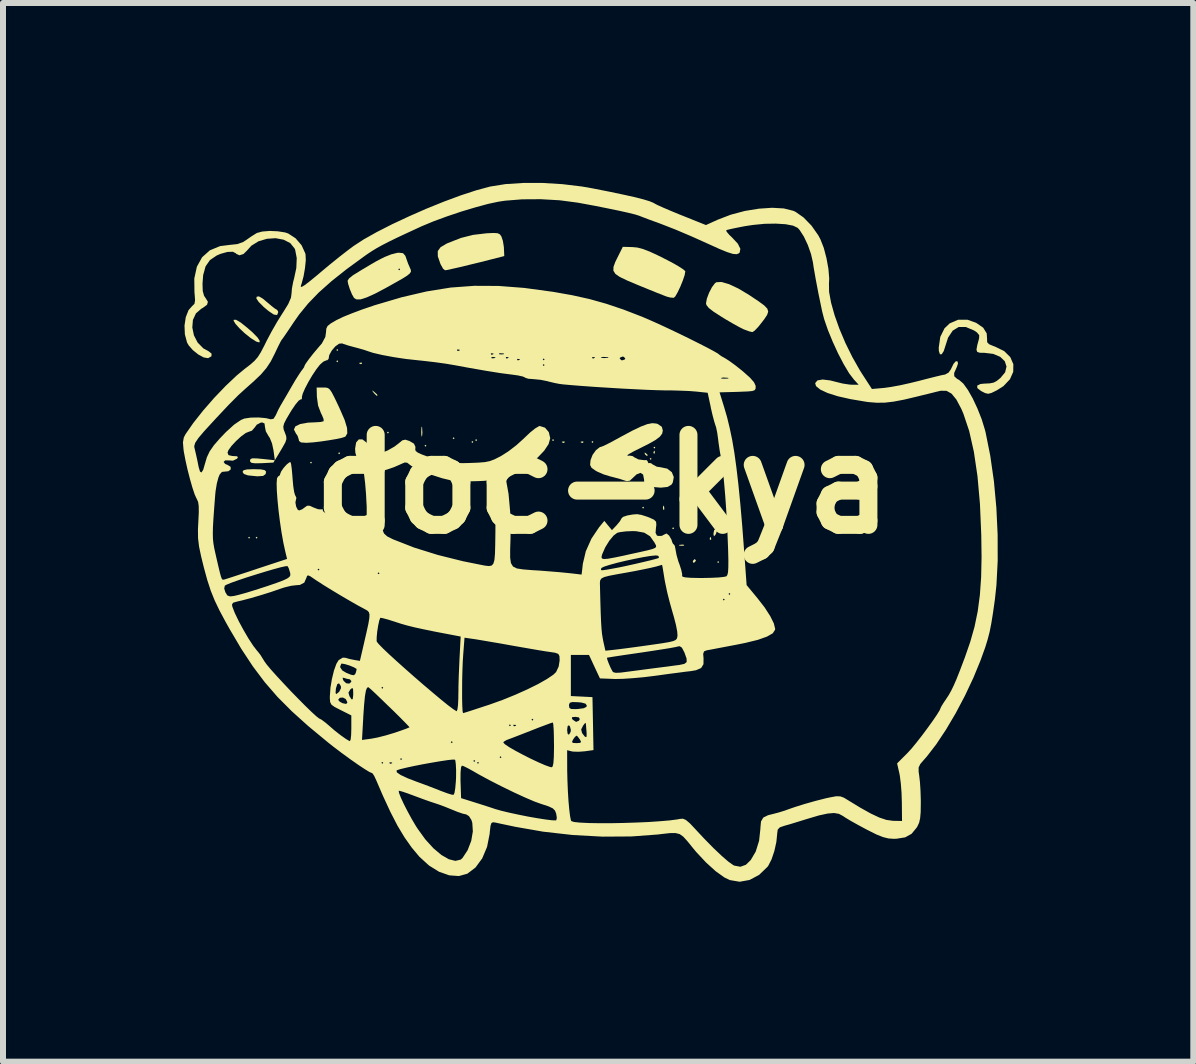
<source format=kicad_pcb>
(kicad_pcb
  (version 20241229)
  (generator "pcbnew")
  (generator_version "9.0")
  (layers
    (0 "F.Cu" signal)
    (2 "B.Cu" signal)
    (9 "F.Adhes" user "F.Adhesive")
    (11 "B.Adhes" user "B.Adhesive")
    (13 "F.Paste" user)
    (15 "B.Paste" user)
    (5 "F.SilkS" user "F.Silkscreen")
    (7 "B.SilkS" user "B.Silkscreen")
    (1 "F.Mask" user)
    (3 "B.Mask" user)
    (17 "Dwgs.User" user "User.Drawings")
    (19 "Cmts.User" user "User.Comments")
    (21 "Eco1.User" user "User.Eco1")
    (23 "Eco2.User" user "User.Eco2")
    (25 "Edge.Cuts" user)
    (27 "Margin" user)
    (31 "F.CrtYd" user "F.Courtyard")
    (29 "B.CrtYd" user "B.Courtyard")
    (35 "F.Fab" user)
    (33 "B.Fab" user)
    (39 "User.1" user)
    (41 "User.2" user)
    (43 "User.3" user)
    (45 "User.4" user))
  (footprint "doc-kya"
    (layer "F.Cu")
    (at 6.999 5.022)
    (property "Reference" "doc-kya" (at 0 0 0) (layer "F.SilkS") (effects (font (size 1.5 1.5) (thickness 0.3))))
    (attr board_only exclude_from_pos_files exclude_from_bom)
    (fp_poly (pts (xy -5.881 0.892) (xy -5.896 0.907) (xy -5.912 0.892) (xy -5.896 0.876)) (stroke (width 0) (type solid)) (fill yes) (layer "F.SilkS"))
    (fp_poly (pts (xy -5.756 0.892) (xy -5.771 0.907) (xy -5.787 0.892) (xy -5.771 0.876)) (stroke (width 0) (type solid)) (fill yes) (layer "F.SilkS"))
    (fp_poly (pts (xy -4.849 -0.36) (xy -4.864 -0.344) (xy -4.88 -0.36) (xy -4.864 -0.375)) (stroke (width 0) (type solid)) (fill yes) (layer "F.SilkS"))
    (fp_poly (pts (xy -4.411 -2.237) (xy -4.426 -2.221) (xy -4.442 -2.237) (xy -4.426 -2.252)) (stroke (width 0) (type solid)) (fill yes) (layer "F.SilkS"))
    (fp_poly (pts (xy -4.411 -2.049) (xy -4.426 -2.033) (xy -4.442 -2.049) (xy -4.426 -2.065)) (stroke (width 0) (type solid)) (fill yes) (layer "F.SilkS"))
    (fp_poly (pts (xy -4.379 -0.516) (xy -4.395 -0.5) (xy -4.411 -0.516) (xy -4.395 -0.532)) (stroke (width 0) (type solid)) (fill yes) (layer "F.SilkS"))
    (fp_poly (pts (xy -3.816 -0.798) (xy -3.832 -0.782) (xy -3.848 -0.798) (xy -3.832 -0.813)) (stroke (width 0) (type solid)) (fill yes) (layer "F.SilkS"))
    (fp_poly (pts (xy -3.566 -0.86) (xy -3.582 -0.845) (xy -3.597 -0.86) (xy -3.582 -0.876)) (stroke (width 0) (type solid)) (fill yes) (layer "F.SilkS"))
    (fp_poly (pts (xy -2.94 -0.641) (xy -2.956 -0.626) (xy -2.972 -0.641) (xy -2.956 -0.657)) (stroke (width 0) (type solid)) (fill yes) (layer "F.SilkS"))
    (fp_poly (pts (xy -2.471 -0.766) (xy -2.487 -0.751) (xy -2.502 -0.766) (xy -2.487 -0.782)) (stroke (width 0) (type solid)) (fill yes) (layer "F.SilkS"))
    (fp_poly (pts (xy -2.158 -0.704) (xy -2.174 -0.688) (xy -2.19 -0.704) (xy -2.174 -0.719)) (stroke (width 0) (type solid)) (fill yes) (layer "F.SilkS"))
    (fp_poly (pts (xy -2.096 -0.735) (xy -2.111 -0.719) (xy -2.127 -0.735) (xy -2.111 -0.751)) (stroke (width 0) (type solid)) (fill yes) (layer "F.SilkS"))
    (fp_poly (pts (xy -0.813 -0.735) (xy -0.829 -0.719) (xy -0.845 -0.735) (xy -0.829 -0.751)) (stroke (width 0) (type solid)) (fill yes) (layer "F.SilkS"))
    (fp_poly (pts (xy -0.156 -0.704) (xy -0.172 -0.688) (xy -0.188 -0.704) (xy -0.172 -0.719)) (stroke (width 0) (type solid)) (fill yes) (layer "F.SilkS"))
    (fp_poly (pts (xy 0.626 0.235) (xy 0.61 0.25) (xy 0.594 0.235) (xy 0.61 0.219)) (stroke (width 0) (type solid)) (fill yes) (layer "F.SilkS"))
    (fp_poly (pts (xy 0.688 0.391) (xy 0.673 0.407) (xy 0.657 0.391) (xy 0.673 0.375)) (stroke (width 0) (type solid)) (fill yes) (layer "F.SilkS"))
    (fp_poly (pts (xy 0.719 0.078) (xy 0.704 0.094) (xy 0.688 0.078) (xy 0.704 0.063)) (stroke (width 0) (type solid)) (fill yes) (layer "F.SilkS"))
    (fp_poly (pts (xy 0.813 -0.422) (xy 0.798 -0.407) (xy 0.782 -0.422) (xy 0.798 -0.438)) (stroke (width 0) (type solid)) (fill yes) (layer "F.SilkS"))
    (fp_poly (pts (xy 0.876 -0.61) (xy 0.86 -0.594) (xy 0.845 -0.61) (xy 0.86 -0.626)) (stroke (width 0) (type solid)) (fill yes) (layer "F.SilkS"))
    (fp_poly (pts (xy 1.189 0.735) (xy 1.173 0.751) (xy 1.157 0.735) (xy 1.173 0.719)) (stroke (width 0) (type solid)) (fill yes) (layer "F.SilkS"))
    (fp_poly (pts (xy 1.345 0.485) (xy 1.329 0.5) (xy 1.314 0.485) (xy 1.329 0.469)) (stroke (width 0) (type solid)) (fill yes) (layer "F.SilkS"))
    (fp_poly (pts (xy 1.939 1.298) (xy 1.924 1.314) (xy 1.908 1.298) (xy 1.924 1.283)) (stroke (width 0) (type solid)) (fill yes) (layer "F.SilkS"))
    (fp_poly (pts (xy -4.014 -2.023) (xy -4.019 -2.004) (xy -4.035 -2.002) (xy -4.061 -2.013) (xy -4.056 -2.023) (xy -4.019 -2.027)) (stroke (width 0) (type solid)) (fill yes) (layer "F.SilkS"))
    (fp_poly (pts (xy -0.636 -0.709) (xy -0.64 -0.69) (xy -0.657 -0.688) (xy -0.683 -0.7) (xy -0.678 -0.709) (xy -0.641 -0.713)) (stroke (width 0) (type solid)) (fill yes) (layer "F.SilkS"))
    (fp_poly (pts (xy -0.323 -0.709) (xy -0.328 -0.69) (xy -0.344 -0.688) (xy -0.37 -0.7) (xy -0.365 -0.709) (xy -0.328 -0.713)) (stroke (width 0) (type solid)) (fill yes) (layer "F.SilkS"))
    (fp_poly (pts (xy 0.74 0.136) (xy 0.744 0.173) (xy 0.74 0.177) (xy 0.722 0.173) (xy 0.719 0.156) (xy 0.731 0.131)) (stroke (width 0) (type solid)) (fill yes) (layer "F.SilkS"))
    (fp_poly (pts (xy 0.865 -0.553) (xy 0.869 -0.516) (xy 0.865 -0.511) (xy 0.847 -0.515) (xy 0.845 -0.532) (xy 0.856 -0.558)) (stroke (width 0) (type solid)) (fill yes) (layer "F.SilkS"))
    (fp_poly (pts (xy 1.022 0.37) (xy 1.026 0.418) (xy 1.02 0.429) (xy 1.006 0.42) (xy 1.003 0.388) (xy 1.011 0.355)) (stroke (width 0) (type solid)) (fill yes) (layer "F.SilkS"))
    (fp_poly (pts (xy 1.353 1.012) (xy 1.357 1.023) (xy 1.314 1.027) (xy 1.269 1.022) (xy 1.275 1.012) (xy 1.339 1.007)) (stroke (width 0) (type solid)) (fill yes) (layer "F.SilkS"))
    (fp_poly (pts (xy 1.804 0.886) (xy 1.808 0.923) (xy 1.804 0.928) (xy 1.785 0.924) (xy 1.783 0.907) (xy 1.794 0.881)) (stroke (width 0) (type solid)) (fill yes) (layer "F.SilkS"))
    (fp_poly (pts (xy 0.715 -0.519) (xy 0.748 -0.488) (xy 0.741 -0.47) (xy 0.737 -0.469) (xy 0.71 -0.491) (xy 0.701 -0.505) (xy 0.697 -0.527)) (stroke (width 0) (type solid)) (fill yes) (layer "F.SilkS"))
    (fp_poly (pts (xy -3.831 -1.554) (xy -3.808 -1.537) (xy -3.765 -1.498) (xy -3.754 -1.482) (xy -3.769 -1.473) (xy -3.81 -1.513) (xy -3.82 -1.525) (xy -3.847 -1.562)) (stroke (width 0) (type solid)) (fill yes) (layer "F.SilkS"))
    (fp_poly (pts (xy -3.012 -0.946) (xy -3.007 -0.855) (xy -3.012 -0.805) (xy -3.02 -0.791) (xy -3.025 -0.83) (xy -3.026 -0.876) (xy -3.023 -0.944) (xy -3.017 -0.962)) (stroke (width 0) (type solid)) (fill yes) (layer "F.SilkS"))
    (fp_poly (pts (xy 0.687 0.149) (xy 0.688 0.156) (xy 0.664 0.187) (xy 0.657 0.188) (xy 0.627 0.164) (xy 0.626 0.156) (xy 0.649 0.126) (xy 0.657 0.125)) (stroke (width 0) (type solid)) (fill yes) (layer "F.SilkS"))
    (fp_poly (pts (xy 1.553 1.27) (xy 1.548 1.283) (xy 1.52 1.312) (xy 1.515 1.314) (xy 1.502 1.29) (xy 1.501 1.283) (xy 1.526 1.252) (xy 1.535 1.251)) (stroke (width 0) (type solid)) (fill yes) (layer "F.SilkS"))
    (fp_poly (pts (xy 1.906 0.77) (xy 1.887 0.827) (xy 1.877 0.845) (xy 1.854 0.869) (xy 1.846 0.838) (xy 1.846 0.821) (xy 1.857 0.766) (xy 1.877 0.751)) (stroke (width 0) (type solid)) (fill yes) (layer "F.SilkS"))
    (fp_poly (pts (xy -5.771 -0.43) (xy -5.674 -0.421) (xy -5.467 -0.399) (xy -5.491 -0.36) (xy -5.686 -0.35) (xy -5.794 -0.348) (xy -5.854 -0.355) (xy -5.878 -0.375) (xy -5.881 -0.392) (xy -5.873 -0.419) (xy -5.841 -0.431)) (stroke (width 0) (type solid)) (fill yes) (layer "F.SilkS"))
    (fp_poly (pts (xy -5.704 -0.247) (xy -5.638 -0.235) (xy -5.613 -0.21) (xy -5.62 -0.169) (xy -5.662 -0.138) (xy -5.758 -0.131) (xy -5.909 -0.146) (xy -5.92 -0.148) (xy -5.983 -0.171) (xy -6.006 -0.205) (xy -5.989 -0.232) (xy -5.931 -0.246) (xy -5.823 -0.25)) (stroke (width 0) (type solid)) (fill yes) (layer "F.SilkS"))
    (fp_poly (pts (xy -6.039 -2.697) (xy -5.926 -2.607) (xy -5.836 -2.528) (xy -5.754 -2.444) (xy -5.718 -2.387) (xy -5.726 -2.363) (xy -5.778 -2.378) (xy -5.869 -2.436) (xy -5.969 -2.516) (xy -6.056 -2.598) (xy -6.122 -2.671) (xy -6.154 -2.723) (xy -6.153 -2.741) (xy -6.114 -2.741)) (stroke (width 0) (type solid)) (fill yes) (layer "F.SilkS"))
    (fp_poly (pts (xy -5.667 -3.093) (xy -5.598 -3.035) (xy -5.52 -2.969) (xy -5.46 -2.923) (xy -5.435 -2.91) (xy -5.414 -2.884) (xy -5.412 -2.862) (xy -5.43 -2.82) (xy -5.484 -2.828) (xy -5.571 -2.886) (xy -5.651 -2.953) (xy -5.737 -3.039) (xy -5.775 -3.096) (xy -5.77 -3.125) (xy -5.733 -3.131)) (stroke (width 0) (type solid)) (fill yes) (layer "F.SilkS"))
    (fp_poly (pts (xy -1.753 -4.184) (xy -1.715 -4.165) (xy -1.69 -4.13) (xy -1.665 -4.055) (xy -1.649 -3.955) (xy -1.648 -3.933) (xy -1.642 -3.803) (xy -1.846 -3.751) (xy -2.038 -3.702) (xy -2.22 -3.658) (xy -2.38 -3.619) (xy -2.509 -3.59) (xy -2.597 -3.571) (xy -2.63 -3.566) (xy -2.662 -3.592) (xy -2.699 -3.657) (xy -2.707 -3.674) (xy -2.75 -3.798) (xy -2.751 -3.886) (xy -2.704 -3.951) (xy -2.606 -4.009) (xy -2.58 -4.021) (xy -2.365 -4.105) (xy -2.164 -4.156) (xy -1.944 -4.182) (xy -1.934 -4.183) (xy -1.821 -4.188)) (stroke (width 0) (type solid)) (fill yes) (layer "F.SilkS"))
    (fp_poly (pts (xy 0.493 -3.953) (xy 0.577 -3.945) (xy 0.668 -3.921) (xy 0.781 -3.878) (xy 0.928 -3.81) (xy 1.014 -3.767) (xy 1.15 -3.697) (xy 1.262 -3.633) (xy 1.341 -3.582) (xy 1.376 -3.551) (xy 1.376 -3.548) (xy 1.365 -3.485) (xy 1.334 -3.394) (xy 1.293 -3.293) (xy 1.249 -3.2) (xy 1.21 -3.132) (xy 1.184 -3.107) (xy 1.123 -3.112) (xy 1.064 -3.128) (xy 1.007 -3.15) (xy 0.905 -3.19) (xy 0.772 -3.244) (xy 0.62 -3.306) (xy 0.579 -3.323) (xy 0.406 -3.396) (xy 0.285 -3.454) (xy 0.211 -3.505) (xy 0.177 -3.559) (xy 0.179 -3.624) (xy 0.21 -3.708) (xy 0.259 -3.807) (xy 0.334 -3.957)) (stroke (width 0) (type solid)) (fill yes) (layer "F.SilkS"))
    (fp_poly (pts (xy 2.104 -3.335) (xy 2.26 -3.262) (xy 2.441 -3.154) (xy 2.458 -3.142) (xy 2.599 -3.048) (xy 2.693 -2.979) (xy 2.744 -2.925) (xy 2.758 -2.876) (xy 2.74 -2.822) (xy 2.693 -2.751) (xy 2.66 -2.708) (xy 2.591 -2.621) (xy 2.531 -2.559) (xy 2.494 -2.535) (xy 2.494 -2.535) (xy 2.441 -2.548) (xy 2.362 -2.577) (xy 2.349 -2.582) (xy 2.275 -2.619) (xy 2.167 -2.679) (xy 2.042 -2.752) (xy 1.982 -2.789) (xy 1.851 -2.873) (xy 1.769 -2.936) (xy 1.729 -2.985) (xy 1.721 -3.015) (xy 1.736 -3.095) (xy 1.773 -3.193) (xy 1.821 -3.285) (xy 1.87 -3.35) (xy 1.894 -3.367) (xy 1.98 -3.371)) (stroke (width 0) (type solid)) (fill yes) (layer "F.SilkS"))
    (fp_poly (pts (xy -4.618 -1.611) (xy -4.583 -1.603) (xy -4.552 -1.58) (xy -4.519 -1.532) (xy -4.476 -1.45) (xy -4.416 -1.325) (xy -4.381 -1.249) (xy -4.303 -1.07) (xy -4.263 -0.937) (xy -4.259 -0.847) (xy -4.29 -0.794) (xy -4.293 -0.792) (xy -4.345 -0.774) (xy -4.441 -0.753) (xy -4.565 -0.732) (xy -4.7 -0.712) (xy -4.829 -0.697) (xy -4.933 -0.69) (xy -4.95 -0.69) (xy -5.031 -0.696) (xy -5.064 -0.721) (xy -5.067 -0.74) (xy -5.087 -0.805) (xy -5.115 -0.845) (xy -5.149 -0.911) (xy -5.125 -0.964) (xy -5.045 -1.003) (xy -4.914 -1.026) (xy -4.783 -1.032) (xy -4.704 -1.037) (xy -4.656 -1.049) (xy -4.653 -1.051) (xy -4.655 -1.087) (xy -4.683 -1.155) (xy -4.698 -1.184) (xy -4.746 -1.31) (xy -4.766 -1.455) (xy -4.77 -1.611) (xy -4.664 -1.611)) (stroke (width 0) (type solid)) (fill yes) (layer "F.SilkS"))
    (fp_poly (pts (xy -3.33 -3.851) (xy -3.291 -3.807) (xy -3.278 -3.769) (xy -3.245 -3.676) (xy -3.214 -3.605) (xy -3.2 -3.572) (xy -3.198 -3.543) (xy -3.216 -3.514) (xy -3.261 -3.477) (xy -3.34 -3.427) (xy -3.46 -3.359) (xy -3.612 -3.274) (xy -3.797 -3.176) (xy -3.937 -3.113) (xy -4.038 -3.081) (xy -4.107 -3.08) (xy -4.147 -3.105) (xy -4.181 -3.165) (xy -4.218 -3.254) (xy -4.246 -3.343) (xy -4.254 -3.392) (xy -4.23 -3.43) (xy -4.17 -3.479) (xy -4.155 -3.489) (xy -4.004 -3.582) (xy -3.41 -3.582) (xy -3.394 -3.566) (xy -3.378 -3.582) (xy -3.394 -3.597) (xy -3.41 -3.582) (xy -4.004 -3.582) (xy -3.993 -3.588) (xy -3.871 -3.661) (xy -3.778 -3.715) (xy -3.7 -3.756) (xy -3.631 -3.79) (xy -3.528 -3.831) (xy -3.43 -3.856) (xy -3.4 -3.859)) (stroke (width 0) (type solid)) (fill yes) (layer "F.SilkS"))
    (fp_poly (pts (xy 6.08 -2.742) (xy 6.225 -2.69) (xy 6.342 -2.609) (xy 6.401 -2.514) (xy 6.407 -2.419) (xy 6.408 -2.368) (xy 6.439 -2.334) (xy 6.512 -2.303) (xy 6.538 -2.294) (xy 6.692 -2.219) (xy 6.794 -2.118) (xy 6.845 -2) (xy 6.843 -1.873) (xy 6.788 -1.749) (xy 6.679 -1.634) (xy 6.566 -1.563) (xy 6.48 -1.521) (xy 6.424 -1.507) (xy 6.372 -1.52) (xy 6.309 -1.552) (xy 6.245 -1.601) (xy 6.242 -1.643) (xy 6.295 -1.67) (xy 6.353 -1.676) (xy 6.454 -1.681) (xy 6.518 -1.694) (xy 6.572 -1.724) (xy 6.629 -1.77) (xy 6.708 -1.865) (xy 6.731 -1.961) (xy 6.702 -2.05) (xy 6.626 -2.123) (xy 6.51 -2.172) (xy 6.363 -2.19) (xy 6.286 -2.191) (xy 6.243 -2.205) (xy 6.23 -2.242) (xy 6.243 -2.316) (xy 6.274 -2.431) (xy 6.276 -2.484) (xy 6.237 -2.531) (xy 6.189 -2.563) (xy 6.052 -2.621) (xy 5.933 -2.62) (xy 5.834 -2.56) (xy 5.757 -2.444) (xy 5.717 -2.32) (xy 5.684 -2.218) (xy 5.65 -2.166) (xy 5.621 -2.166) (xy 5.603 -2.221) (xy 5.601 -2.276) (xy 5.627 -2.456) (xy 5.697 -2.598) (xy 5.784 -2.681) (xy 5.926 -2.742)) (stroke (width 0) (type solid)) (fill yes) (layer "F.SilkS"))
    (fp_poly (pts (xy 0.892 -1.011) (xy 0.918 -1.003) (xy 0.985 -0.956) (xy 1.001 -0.894) (xy 0.99 -0.842) (xy 0.952 -0.792) (xy 0.878 -0.736) (xy 0.761 -0.67) (xy 0.618 -0.598) (xy 0.517 -0.548) (xy 0.442 -0.506) (xy 0.407 -0.482) (xy 0.407 -0.48) (xy 0.43 -0.473) (xy 0.445 -0.477) (xy 0.498 -0.468) (xy 0.526 -0.448) (xy 0.597 -0.412) (xy 0.694 -0.4) (xy 0.727 -0.403) (xy 0.749 -0.382) (xy 0.751 -0.37) (xy 0.763 -0.348) (xy 0.77 -0.353) (xy 0.804 -0.35) (xy 0.835 -0.327) (xy 0.9 -0.292) (xy 0.965 -0.282) (xy 1.075 -0.259) (xy 1.151 -0.2) (xy 1.184 -0.118) (xy 1.167 -0.027) (xy 1.145 0.008) (xy 1.081 0.046) (xy 0.967 0.058) (xy 0.799 0.044) (xy 0.774 0.04) (xy 0.715 0.022) (xy 0.692 -0.02) (xy 0.688 -0.08) (xy 0.672 -0.161) (xy 0.628 -0.189) (xy 0.563 -0.163) (xy 0.507 -0.11) (xy 0.451 -0.058) (xy 0.398 -0.051) (xy 0.356 -0.064) (xy 0.273 -0.091) (xy 0.166 -0.119) (xy 0.13 -0.128) (xy 0.015 -0.163) (xy -0.095 -0.211) (xy -0.119 -0.225) (xy -0.187 -0.273) (xy -0.211 -0.32) (xy -0.205 -0.391) (xy -0.204 -0.4) (xy -0.17 -0.489) (xy -0.113 -0.568) (xy -0.048 -0.618) (xy -0.021 -0.625) (xy 0.015 -0.639) (xy 0.094 -0.678) (xy 0.203 -0.736) (xy 0.307 -0.793) (xy 0.492 -0.892) (xy 0.634 -0.96) (xy 0.742 -1.001) (xy 0.824 -1.017)) (stroke (width 0) (type solid)) (fill yes) (layer "F.SilkS"))
    (fp_poly (pts (xy -1.005 -5.022) (xy -0.674 -5.002) (xy -0.349 -4.963) (xy -0.172 -4.932) (xy 0.121 -4.874) (xy 0.358 -4.824) (xy 0.543 -4.783) (xy 0.682 -4.747) (xy 0.78 -4.717) (xy 0.841 -4.692) (xy 0.853 -4.685) (xy 0.907 -4.656) (xy 1.007 -4.611) (xy 1.138 -4.555) (xy 1.288 -4.493) (xy 1.321 -4.48) (xy 1.72 -4.32) (xy 1.916 -4.409) (xy 2.135 -4.493) (xy 2.368 -4.555) (xy 2.602 -4.593) (xy 2.823 -4.608) (xy 3.018 -4.597) (xy 3.175 -4.558) (xy 3.211 -4.542) (xy 3.347 -4.447) (xy 3.48 -4.31) (xy 3.593 -4.149) (xy 3.629 -4.081) (xy 3.685 -3.938) (xy 3.73 -3.766) (xy 3.762 -3.589) (xy 3.775 -3.43) (xy 3.771 -3.344) (xy 3.773 -3.206) (xy 3.806 -3.026) (xy 3.865 -2.816) (xy 3.946 -2.588) (xy 4.046 -2.352) (xy 4.161 -2.119) (xy 4.285 -1.9) (xy 4.317 -1.849) (xy 4.487 -1.587) (xy 4.691 -1.605) (xy 4.805 -1.621) (xy 4.958 -1.649) (xy 5.128 -1.687) (xy 5.271 -1.722) (xy 5.421 -1.761) (xy 5.553 -1.794) (xy 5.653 -1.818) (xy 5.707 -1.828) (xy 5.707 -1.828) (xy 5.765 -1.86) (xy 5.801 -1.911) (xy 5.848 -2.007) (xy 5.885 -2.049) (xy 5.914 -2.048) (xy 5.922 -2.01) (xy 5.898 -1.942) (xy 5.896 -1.939) (xy 5.858 -1.853) (xy 5.86 -1.799) (xy 5.906 -1.757) (xy 5.943 -1.736) (xy 6.011 -1.677) (xy 6.088 -1.57) (xy 6.169 -1.427) (xy 6.247 -1.26) (xy 6.317 -1.083) (xy 6.371 -0.907) (xy 6.382 -0.865) (xy 6.46 -0.475) (xy 6.521 -0.049) (xy 6.562 0.396) (xy 6.583 0.844) (xy 6.584 1.279) (xy 6.563 1.682) (xy 6.537 1.924) (xy 6.506 2.143) (xy 6.478 2.317) (xy 6.45 2.46) (xy 6.416 2.591) (xy 6.375 2.724) (xy 6.32 2.876) (xy 6.297 2.94) (xy 6.178 3.229) (xy 6.038 3.526) (xy 5.884 3.818) (xy 5.722 4.092) (xy 5.56 4.336) (xy 5.405 4.537) (xy 5.354 4.595) (xy 5.293 4.666) (xy 5.266 4.723) (xy 5.266 4.794) (xy 5.276 4.864) (xy 5.288 4.968) (xy 5.297 5.109) (xy 5.302 5.263) (xy 5.302 5.318) (xy 5.3 5.466) (xy 5.291 5.569) (xy 5.274 5.644) (xy 5.244 5.708) (xy 5.232 5.727) (xy 5.148 5.829) (xy 5.041 5.888) (xy 4.897 5.911) (xy 4.848 5.912) (xy 4.762 5.906) (xy 4.674 5.884) (xy 4.567 5.842) (xy 4.427 5.772) (xy 4.392 5.754) (xy 4.258 5.682) (xy 4.136 5.614) (xy 4.043 5.558) (xy 4.003 5.531) (xy 3.937 5.496) (xy 3.856 5.482) (xy 3.748 5.491) (xy 3.605 5.522) (xy 3.416 5.578) (xy 3.393 5.585) (xy 3.26 5.626) (xy 3.134 5.665) (xy 3.038 5.692) (xy 3.031 5.694) (xy 2.952 5.721) (xy 2.917 5.758) (xy 2.908 5.823) (xy 2.908 5.827) (xy 2.894 5.965) (xy 2.861 6.115) (xy 2.814 6.254) (xy 2.76 6.36) (xy 2.748 6.377) (xy 2.606 6.514) (xy 2.448 6.598) (xy 2.282 6.628) (xy 2.119 6.6) (xy 2.03 6.558) (xy 1.883 6.453) (xy 1.721 6.306) (xy 1.558 6.132) (xy 1.504 6.067) (xy 1.412 5.953) (xy 1.344 5.878) (xy 1.283 5.834) (xy 1.213 5.816) (xy 1.119 5.817) (xy 0.984 5.832) (xy 0.919 5.84) (xy 0.475 5.873) (xy -0.004 5.876) (xy -0.5 5.849) (xy -0.995 5.793) (xy -1.47 5.71) (xy -1.481 5.707) (xy -1.605 5.681) (xy -1.714 5.658) (xy -1.786 5.642) (xy -1.786 5.642) (xy -1.83 5.636) (xy -1.856 5.649) (xy -1.871 5.694) (xy -1.882 5.784) (xy -1.886 5.83) (xy -1.929 6.047) (xy -2.009 6.237) (xy -2.122 6.391) (xy -2.258 6.494) (xy -2.399 6.533) (xy -2.559 6.521) (xy -2.728 6.462) (xy -2.896 6.358) (xy -3.053 6.215) (xy -3.058 6.21) (xy -3.186 6.057) (xy -3.305 5.888) (xy -3.422 5.694) (xy -3.54 5.465) (xy -3.666 5.193) (xy -3.701 5.112) (xy -3.402 5.112) (xy -3.397 5.147) (xy -3.367 5.224) (xy -3.318 5.33) (xy -3.255 5.453) (xy -3.186 5.58) (xy -3.115 5.7) (xy -3.088 5.742) (xy -2.958 5.922) (xy -2.823 6.07) (xy -2.69 6.182) (xy -2.566 6.253) (xy -2.457 6.28) (xy -2.369 6.259) (xy -2.339 6.233) (xy -2.253 6.102) (xy -2.193 5.947) (xy -2.166 5.789) (xy -2.175 5.647) (xy -2.189 5.6) (xy -2.23 5.535) (xy -2.277 5.505) (xy -2.279 5.505) (xy -2.334 5.493) (xy -2.424 5.462) (xy -2.518 5.424) (xy -2.633 5.377) (xy -2.739 5.338) (xy -2.8 5.318) (xy -2.873 5.294) (xy -2.983 5.255) (xy -3.11 5.208) (xy -3.142 5.196) (xy -3.256 5.154) (xy -3.345 5.124) (xy -3.396 5.111) (xy -3.402 5.112) (xy -3.701 5.112) (xy -3.777 4.935) (xy -3.812 4.861) (xy -3.84 4.82) (xy -3.846 4.817) (xy -3.888 4.799) (xy -3.931 4.773) (xy -3.438 4.773) (xy -3.433 4.804) (xy -3.37 4.848) (xy -3.252 4.903) (xy -3.101 4.961) (xy -2.959 5.013) (xy -2.812 5.069) (xy -2.693 5.116) (xy -2.69 5.117) (xy -2.593 5.153) (xy -2.518 5.176) (xy -2.487 5.179) (xy -2.472 5.147) (xy -2.459 5.067) (xy -2.449 4.953) (xy -2.448 4.933) (xy -2.372 4.933) (xy -2.371 4.963) (xy -2.362 5.234) (xy -2.174 5.293) (xy -2.034 5.337) (xy -1.879 5.387) (xy -1.792 5.416) (xy -1.69 5.445) (xy -1.556 5.477) (xy -1.403 5.51) (xy -1.243 5.542) (xy -1.089 5.569) (xy -0.953 5.59) (xy -0.848 5.603) (xy -0.785 5.605) (xy -0.775 5.602) (xy -0.766 5.561) (xy -0.777 5.491) (xy -0.797 5.441) (xy -0.834 5.404) (xy -0.904 5.371) (xy -1.02 5.333) (xy -1.021 5.333) (xy -1.14 5.29) (xy -1.299 5.222) (xy -1.486 5.136) (xy -1.685 5.039) (xy -1.883 4.938) (xy -2.068 4.838) (xy -2.165 4.782) (xy -2.254 4.733) (xy -2.322 4.7) (xy -2.349 4.692) (xy -2.363 4.722) (xy -2.371 4.805) (xy -2.372 4.933) (xy -2.448 4.933) (xy -2.446 4.896) (xy -2.445 4.769) (xy -2.45 4.666) (xy -2.453 4.645) (xy -2.096 4.645) (xy -2.08 4.661) (xy -2.065 4.645) (xy -2.08 4.63) (xy -2.096 4.645) (xy -2.453 4.645) (xy -2.457 4.614) (xy -2.158 4.614) (xy -2.143 4.63) (xy -2.127 4.614) (xy -2.143 4.598) (xy -2.158 4.614) (xy -2.457 4.614) (xy -2.459 4.604) (xy -2.464 4.593) (xy -2.5 4.591) (xy -2.585 4.6) (xy -2.705 4.618) (xy -2.847 4.642) (xy -2.998 4.669) (xy -3.145 4.698) (xy -3.274 4.726) (xy -3.374 4.75) (xy -3.431 4.769) (xy -3.438 4.773) (xy -3.931 4.773) (xy -3.97 4.749) (xy -4.082 4.675) (xy -4.124 4.645) (xy -3.691 4.645) (xy -3.675 4.661) (xy -3.66 4.645) (xy -3.665 4.64) (xy -3.556 4.64) (xy -3.551 4.659) (xy -3.535 4.661) (xy -3.509 4.649) (xy -3.514 4.64) (xy -3.551 4.636) (xy -3.556 4.64) (xy -3.665 4.64) (xy -3.675 4.63) (xy -3.691 4.645) (xy -4.124 4.645) (xy -4.213 4.583) (xy -4.213 4.583) (xy -3.378 4.583) (xy -3.363 4.598) (xy -3.347 4.583) (xy -3.363 4.567) (xy -3.378 4.583) (xy -4.213 4.583) (xy -4.256 4.551) (xy -1.72 4.551) (xy -1.705 4.567) (xy -1.689 4.551) (xy -1.705 4.536) (xy -1.72 4.551) (xy -4.256 4.551) (xy -4.354 4.48) (xy -4.495 4.373) (xy -4.586 4.301) (xy -2.534 4.301) (xy -2.518 4.317) (xy -2.509 4.308) (xy -1.658 4.308) (xy -1.631 4.336) (xy -1.56 4.384) (xy -1.456 4.444) (xy -1.332 4.51) (xy -1.2 4.577) (xy -1.072 4.637) (xy -0.962 4.685) (xy -0.88 4.714) (xy -0.852 4.72) (xy -0.835 4.705) (xy -0.823 4.65) (xy -0.816 4.549) (xy -0.813 4.395) (xy -0.813 4.348) (xy -0.814 4.298) (xy -0.514 4.298) (xy -0.493 4.314) (xy -0.438 4.317) (xy -0.375 4.313) (xy -0.363 4.292) (xy -0.383 4.254) (xy -0.419 4.206) (xy -0.438 4.192) (xy -0.465 4.215) (xy -0.493 4.254) (xy -0.514 4.298) (xy -0.814 4.298) (xy -0.815 4.203) (xy -0.818 4.098) (xy -0.594 4.098) (xy -0.586 4.161) (xy -0.565 4.177) (xy -0.563 4.176) (xy -0.537 4.132) (xy -0.532 4.098) (xy -0.534 4.089) (xy -0.36 4.089) (xy -0.346 4.145) (xy -0.338 4.159) (xy -0.294 4.214) (xy -0.27 4.211) (xy -0.269 4.153) (xy -0.276 4.065) (xy -0.279 4.02) (xy -0.284 3.98) (xy -0.301 3.989) (xy -0.329 4.027) (xy -0.36 4.089) (xy -0.534 4.089) (xy -0.547 4.039) (xy -0.563 4.02) (xy -0.585 4.032) (xy -0.594 4.093) (xy -0.594 4.098) (xy -0.818 4.098) (xy -0.819 4.084) (xy -0.825 4.003) (xy -0.832 3.973) (xy -0.832 3.973) (xy -0.867 3.983) (xy -0.948 4.013) (xy -1.063 4.056) (xy -1.2 4.11) (xy -1.2 4.11) (xy -1.341 4.165) (xy -1.465 4.213) (xy -1.557 4.248) (xy -1.603 4.265) (xy -1.649 4.292) (xy -1.658 4.308) (xy -2.509 4.308) (xy -2.502 4.301) (xy -2.518 4.285) (xy -2.534 4.301) (xy -4.586 4.301) (xy -4.593 4.295) (xy -4.912 4.031) (xy -5.185 3.785) (xy -5.423 3.546) (xy -5.636 3.3) (xy -5.833 3.038) (xy -6.025 2.747) (xy -6.221 2.415) (xy -6.29 2.292) (xy -6.39 2.105) (xy -6.437 2.007) (xy -6.182 2.007) (xy -6.175 2.044) (xy -6.134 2.149) (xy -6.069 2.284) (xy -5.99 2.43) (xy -5.907 2.572) (xy -5.828 2.693) (xy -5.764 2.776) (xy -5.756 2.784) (xy -5.711 2.841) (xy -5.658 2.925) (xy -5.642 2.952) (xy -5.604 3.005) (xy -5.533 3.09) (xy -5.436 3.198) (xy -5.322 3.321) (xy -5.2 3.451) (xy -5.076 3.578) (xy -4.959 3.696) (xy -4.856 3.796) (xy -4.777 3.868) (xy -4.728 3.907) (xy -4.719 3.91) (xy -4.683 3.93) (xy -4.618 3.979) (xy -4.569 4.021) (xy -4.47 4.107) (xy -4.37 4.185) (xy -4.284 4.246) (xy -4.226 4.28) (xy -4.215 4.283) (xy -4.207 4.264) (xy -4.014 4.264) (xy -3.86 4.243) (xy -3.754 4.223) (xy -3.616 4.188) (xy -3.476 4.146) (xy -3.464 4.142) (xy -3.353 4.104) (xy -3.268 4.073) (xy -3.225 4.055) (xy -3.222 4.053) (xy -3.243 4.028) (xy -3.251 4.02) (xy -1.564 4.02) (xy -1.548 4.035) (xy -1.533 4.02) (xy -1.538 4.014) (xy -1.491 4.014) (xy -1.487 4.033) (xy -1.47 4.035) (xy -1.444 4.024) (xy -1.449 4.014) (xy -1.486 4.011) (xy -1.491 4.014) (xy -1.538 4.014) (xy -1.548 4.004) (xy -1.564 4.02) (xy -3.251 4.02) (xy -3.3 3.969) (xy -3.343 3.926) (xy -1.189 3.926) (xy -1.173 3.941) (xy -1.157 3.926) (xy -1.173 3.91) (xy -1.189 3.926) (xy -3.343 3.926) (xy -3.363 3.905) (xy -0.515 3.905) (xy -0.5 3.927) (xy -0.445 3.963) (xy -0.397 3.943) (xy -0.383 3.916) (xy -0.399 3.888) (xy -0.455 3.879) (xy -0.511 3.884) (xy -0.515 3.905) (xy -3.363 3.905) (xy -3.383 3.885) (xy -3.483 3.786) (xy -3.591 3.682) (xy -3.696 3.58) (xy -3.789 3.491) (xy -3.861 3.424) (xy -3.896 3.394) (xy -3.691 3.394) (xy -3.675 3.41) (xy -3.66 3.394) (xy -3.675 3.378) (xy -3.691 3.394) (xy -3.896 3.394) (xy -3.902 3.388) (xy -3.908 3.385) (xy -3.93 3.394) (xy -3.949 3.442) (xy -3.965 3.535) (xy -3.979 3.679) (xy -3.993 3.879) (xy -3.993 3.892) (xy -4.014 4.264) (xy -4.207 4.264) (xy -4.203 4.256) (xy -4.195 4.182) (xy -4.192 4.076) (xy -4.192 4.07) (xy -4.192 3.855) (xy -4.371 3.765) (xy -4.469 3.715) (xy -4.522 3.677) (xy -4.545 3.633) (xy -4.548 3.596) (xy -4.411 3.596) (xy -4.386 3.625) (xy -4.34 3.651) (xy -4.277 3.664) (xy -4.257 3.637) (xy -4.285 3.582) (xy -4.332 3.557) (xy -4.384 3.561) (xy -4.41 3.593) (xy -4.411 3.596) (xy -4.548 3.596) (xy -4.55 3.569) (xy -4.55 3.535) (xy -4.546 3.482) (xy -4.455 3.482) (xy -4.441 3.499) (xy -4.413 3.476) (xy -4.24 3.476) (xy -4.223 3.534) (xy -4.189 3.587) (xy -4.169 3.584) (xy -4.161 3.522) (xy -4.16 3.486) (xy -4.163 3.415) (xy -4.177 3.397) (xy -4.208 3.422) (xy -4.209 3.422) (xy -4.24 3.476) (xy -4.413 3.476) (xy -4.4 3.466) (xy -4.393 3.459) (xy -4.364 3.4) (xy -4.367 3.365) (xy -4.397 3.32) (xy -4.426 3.333) (xy -4.448 3.403) (xy -4.449 3.41) (xy -4.455 3.482) (xy -4.546 3.482) (xy -4.54 3.393) (xy -4.515 3.245) (xy -4.51 3.225) (xy -4.337 3.225) (xy -4.332 3.254) (xy -4.32 3.279) (xy -4.277 3.319) (xy -4.226 3.325) (xy -4.194 3.297) (xy -4.192 3.281) (xy -4.215 3.254) (xy -4.22 3.253) (xy -4.272 3.243) (xy -4.302 3.233) (xy -4.337 3.225) (xy -4.51 3.225) (xy -4.481 3.106) (xy -4.46 3.048) (xy -4.38 3.048) (xy -4.344 3.104) (xy -4.278 3.144) (xy -4.194 3.178) (xy -4.15 3.185) (xy -4.127 3.165) (xy -4.116 3.139) (xy -4.104 3.09) (xy -4.106 3.078) (xy -4.151 3.052) (xy -4.222 3.023) (xy -4.297 3) (xy -4.35 2.991) (xy -4.36 2.994) (xy -4.38 3.048) (xy -4.46 3.048) (xy -4.441 2.995) (xy -4.403 2.933) (xy -4.335 2.892) (xy -4.291 2.894) (xy -4.222 2.914) (xy -4.144 2.93) (xy -4.049 2.946) (xy -3.981 2.654) (xy -3.972 2.614) (xy -3.77 2.614) (xy -3.767 2.626) (xy -3.737 2.664) (xy -3.667 2.736) (xy -3.565 2.833) (xy -3.438 2.949) (xy -3.294 3.078) (xy -3.141 3.213) (xy -2.985 3.348) (xy -2.835 3.475) (xy -2.699 3.589) (xy -2.583 3.683) (xy -2.495 3.749) (xy -2.443 3.782) (xy -2.435 3.785) (xy -2.423 3.756) (xy -2.413 3.679) (xy -2.408 3.569) (xy -2.408 3.527) (xy -2.406 3.432) (xy -2.345 3.432) (xy -2.345 3.579) (xy -2.342 3.7) (xy -2.337 3.783) (xy -2.33 3.816) (xy -2.329 3.816) (xy -2.295 3.807) (xy -2.212 3.781) (xy -2.093 3.742) (xy -1.947 3.694) (xy -1.937 3.691) (xy -0.563 3.691) (xy -0.556 3.731) (xy -0.526 3.748) (xy -0.455 3.75) (xy -0.414 3.748) (xy -0.316 3.735) (xy -0.271 3.71) (xy -0.266 3.691) (xy -0.287 3.659) (xy -0.357 3.64) (xy -0.414 3.635) (xy -0.505 3.632) (xy -0.548 3.643) (xy -0.562 3.673) (xy -0.563 3.691) (xy -1.937 3.691) (xy -1.883 3.673) (xy -1.671 3.597) (xy -1.459 3.511) (xy -1.258 3.421) (xy -1.078 3.332) (xy -0.93 3.248) (xy -0.824 3.176) (xy -0.779 3.133) (xy -0.735 3.04) (xy -0.719 2.938) (xy -0.722 2.866) (xy -0.742 2.829) (xy -0.795 2.81) (xy -0.868 2.799) (xy -0.951 2.787) (xy -1.08 2.766) (xy -1.241 2.738) (xy -1.42 2.707) (xy -1.517 2.69) (xy -1.699 2.657) (xy -1.871 2.628) (xy -2.017 2.603) (xy -2.125 2.585) (xy -2.161 2.58) (xy -2.305 2.559) (xy -2.325 2.82) (xy -2.334 2.953) (xy -2.34 3.107) (xy -2.344 3.27) (xy -2.345 3.432) (xy -2.406 3.432) (xy -2.406 3.383) (xy -2.401 3.204) (xy -2.393 3.017) (xy -2.388 2.904) (xy -2.369 2.54) (xy -2.553 2.505) (xy -2.794 2.459) (xy -2.984 2.42) (xy -3.136 2.387) (xy -3.261 2.356) (xy -3.369 2.325) (xy -3.467 2.293) (xy -3.577 2.258) (xy -3.662 2.235) (xy -3.706 2.227) (xy -3.709 2.228) (xy -3.726 2.272) (xy -3.744 2.355) (xy -3.76 2.455) (xy -3.769 2.549) (xy -3.77 2.614) (xy -3.972 2.614) (xy -3.938 2.466) (xy -3.908 2.329) (xy -3.892 2.234) (xy -3.889 2.172) (xy -3.9 2.133) (xy -3.924 2.108) (xy -3.961 2.087) (xy -3.977 2.078) (xy -4.08 2.023) (xy -4.215 1.946) (xy -4.367 1.857) (xy -4.52 1.765) (xy -4.658 1.68) (xy -4.708 1.647) (xy -0.048 1.647) (xy -0.046 1.71) (xy -0.046 1.728) (xy -0.04 1.969) (xy -0.034 2.156) (xy -0.028 2.299) (xy -0.021 2.408) (xy -0.013 2.492) (xy -0.002 2.561) (xy 0.008 2.616) (xy 0.044 2.776) (xy 0.17 2.763) (xy 0.255 2.753) (xy 0.381 2.737) (xy 0.531 2.717) (xy 0.641 2.702) (xy 0.846 2.673) (xy 0.998 2.651) (xy 1.104 2.633) (xy 1.174 2.616) (xy 1.214 2.598) (xy 1.234 2.577) (xy 1.242 2.55) (xy 1.246 2.523) (xy 1.241 2.455) (xy 1.22 2.346) (xy 1.186 2.214) (xy 1.162 2.132) (xy 1.116 1.968) (xy 1.105 1.924) (xy 2.002 1.924) (xy 2.018 1.939) (xy 2.033 1.924) (xy 2.018 1.908) (xy 2.002 1.924) (xy 1.105 1.924) (xy 1.081 1.83) (xy 2.096 1.83) (xy 2.111 1.846) (xy 2.127 1.83) (xy 2.111 1.814) (xy 2.096 1.83) (xy 1.081 1.83) (xy 1.072 1.792) (xy 1.039 1.635) (xy 1.03 1.587) (xy 1.012 1.474) (xy 0.998 1.389) (xy 0.989 1.347) (xy 0.989 1.345) (xy 0.959 1.353) (xy 0.892 1.372) (xy 0.876 1.376) (xy 0.801 1.394) (xy 0.682 1.419) (xy 0.537 1.448) (xy 0.407 1.472) (xy 0.231 1.503) (xy 0.106 1.527) (xy 0.025 1.548) (xy -0.022 1.572) (xy -0.043 1.603) (xy -0.048 1.647) (xy -4.708 1.647) (xy -4.765 1.611) (xy -4.802 1.586) (xy -4.877 1.535) (xy -4.916 1.519) (xy -4.933 1.536) (xy -4.938 1.554) (xy -4.976 1.641) (xy -5.05 1.68) (xy -5.11 1.684) (xy -5.195 1.694) (xy -5.307 1.721) (xy -5.38 1.745) (xy -5.527 1.796) (xy -5.696 1.849) (xy -5.866 1.899) (xy -6.015 1.938) (xy -6.093 1.956) (xy -6.162 1.976) (xy -6.182 2.007) (xy -6.437 2.007) (xy -6.47 1.938) (xy -6.536 1.775) (xy -6.547 1.74) (xy -6.311 1.74) (xy -6.292 1.801) (xy -6.259 1.855) (xy -6.213 1.871) (xy -6.145 1.863) (xy -6.062 1.843) (xy -5.943 1.81) (xy -5.813 1.77) (xy -5.794 1.764) (xy -5.59 1.698) (xy -5.439 1.646) (xy -5.332 1.606) (xy -5.263 1.574) (xy -5.225 1.547) (xy -5.209 1.52) (xy -5.21 1.489) (xy -5.21 1.486) (xy -3.754 1.486) (xy -3.738 1.501) (xy -3.722 1.486) (xy -3.738 1.47) (xy -3.754 1.486) (xy -5.21 1.486) (xy -5.213 1.474) (xy -5.229 1.423) (xy -4.755 1.423) (xy -4.739 1.439) (xy -4.723 1.423) (xy -4.739 1.408) (xy -4.755 1.423) (xy -5.229 1.423) (xy -5.235 1.403) (xy -5.255 1.366) (xy -5.29 1.368) (xy -5.372 1.386) (xy -5.489 1.418) (xy -5.63 1.459) (xy -5.782 1.506) (xy -5.935 1.554) (xy -6.075 1.601) (xy -6.191 1.642) (xy -6.271 1.675) (xy -6.301 1.692) (xy -6.311 1.74) (xy -6.547 1.74) (xy -6.593 1.599) (xy -6.65 1.391) (xy -6.696 1.204) (xy -6.73 1.042) (xy -6.747 0.903) (xy -6.748 0.824) (xy -6.501 0.824) (xy -6.499 0.911) (xy -6.491 0.987) (xy -6.478 1.064) (xy -6.459 1.15) (xy -6.445 1.212) (xy -6.408 1.372) (xy -6.382 1.48) (xy -6.363 1.547) (xy -6.349 1.581) (xy -6.335 1.593) (xy -6.318 1.591) (xy -6.311 1.59) (xy -6.269 1.577) (xy -6.179 1.548) (xy -6.051 1.506) (xy -5.895 1.455) (xy -5.767 1.412) (xy -5.263 1.246) (xy -5.291 1.131) (xy -5.325 0.976) (xy -5.356 0.801) (xy -5.383 0.617) (xy -5.406 0.432) (xy -5.423 0.259) (xy -5.434 0.106) (xy -5.437 -0.016) (xy -5.431 -0.096) (xy -5.416 -0.125) (xy -5.383 -0.15) (xy -5.38 -0.164) (xy -5.363 -0.21) (xy -5.321 -0.271) (xy -5.27 -0.328) (xy -5.225 -0.364) (xy -5.205 -0.367) (xy -5.195 -0.329) (xy -5.184 -0.245) (xy -5.174 -0.13) (xy -5.171 -0.088) (xy -5.16 0.034) (xy -5.145 0.13) (xy -5.129 0.186) (xy -5.123 0.192) (xy -5.107 0.231) (xy -5.113 0.249) (xy -5.124 0.305) (xy -5.112 0.373) (xy -5.085 0.426) (xy -5.062 0.438) (xy -5.012 0.419) (xy -4.971 0.389) (xy -4.928 0.359) (xy -4.884 0.36) (xy -4.819 0.39) (xy -4.744 0.418) (xy -4.69 0.421) (xy -4.686 0.419) (xy -4.666 0.416) (xy -4.671 0.429) (xy -4.656 0.459) (xy -4.587 0.502) (xy -4.472 0.556) (xy -4.318 0.616) (xy -4.192 0.66) (xy -4.066 0.697) (xy -3.967 0.716) (xy -3.906 0.715) (xy -3.891 0.694) (xy -3.894 0.689) (xy -3.902 0.649) (xy -3.914 0.558) (xy -3.926 0.428) (xy -3.939 0.271) (xy -3.944 0.197) (xy -3.962 -0.019) (xy -3.981 -0.174) (xy -3.986 -0.198) (xy -3.769 -0.198) (xy -3.76 0.05) (xy -3.73 0.407) (xy -3.671 0.762) (xy -3.647 0.822) (xy -3.593 0.871) (xy -3.493 0.921) (xy -3.492 0.921) (xy -3.144 1.057) (xy -2.75 1.18) (xy -2.328 1.285) (xy -2.049 1.341) (xy -1.962 1.358) (xy -1.898 1.365) (xy -1.853 1.357) (xy -1.824 1.325) (xy -1.806 1.262) (xy -1.797 1.159) (xy -1.793 1.01) (xy -1.79 0.806) (xy -1.79 0.789) (xy -1.789 0.595) (xy -1.79 0.411) (xy -1.794 0.252) (xy -1.8 0.132) (xy -1.807 0.07) (xy -1.825 -0.019) (xy -1.847 -0.059) (xy -1.883 -0.067) (xy -1.909 -0.063) (xy -1.975 -0.056) (xy -2.084 -0.051) (xy -2.216 -0.048) (xy -2.268 -0.048) (xy -2.421 -0.053) (xy -2.549 -0.068) (xy -2.678 -0.099) (xy -2.836 -0.15) (xy -2.847 -0.153) (xy -2.981 -0.204) (xy -3.099 -0.255) (xy -3.184 -0.3) (xy -3.211 -0.319) (xy -3.259 -0.357) (xy -3.3 -0.362) (xy -3.363 -0.336) (xy -3.383 -0.326) (xy -3.482 -0.283) (xy -3.599 -0.243) (xy -3.629 -0.235) (xy -3.769 -0.198) (xy -3.986 -0.198) (xy -4.001 -0.268) (xy -4.016 -0.297) (xy -4.088 -0.391) (xy -4.125 -0.526) (xy -4.129 -0.593) (xy -4.112 -0.695) (xy -4.068 -0.746) (xy -4.007 -0.747) (xy -3.94 -0.696) (xy -3.879 -0.601) (xy -3.834 -0.534) (xy -3.786 -0.502) (xy -3.781 -0.501) (xy -3.693 -0.518) (xy -3.583 -0.564) (xy -3.474 -0.626) (xy -3.403 -0.68) (xy -3.341 -0.731) (xy -3.291 -0.742) (xy -3.223 -0.72) (xy -3.148 -0.676) (xy -3.123 -0.622) (xy -3.126 -0.582) (xy -3.12 -0.555) (xy -3.085 -0.527) (xy -3.013 -0.494) (xy -2.894 -0.451) (xy -2.809 -0.423) (xy -2.686 -0.386) (xy -2.579 -0.363) (xy -2.466 -0.353) (xy -2.325 -0.351) (xy -2.23 -0.353) (xy -2.076 -0.359) (xy -1.966 -0.368) (xy -1.882 -0.385) (xy -1.805 -0.414) (xy -1.716 -0.459) (xy -1.695 -0.47) (xy -1.574 -0.547) (xy -1.44 -0.65) (xy -1.318 -0.76) (xy -1.304 -0.774) (xy -1.211 -0.862) (xy -1.126 -0.93) (xy -1.065 -0.966) (xy -1.051 -0.97) (xy -0.963 -0.942) (xy -0.9 -0.868) (xy -0.876 -0.767) (xy -0.876 -0.766) (xy -0.903 -0.669) (xy -0.976 -0.559) (xy -1.084 -0.445) (xy -1.215 -0.339) (xy -1.358 -0.249) (xy -1.501 -0.187) (xy -1.544 -0.175) (xy -1.606 -0.151) (xy -1.62 -0.109) (xy -1.615 -0.085) (xy -1.571 0.16) (xy -1.544 0.457) (xy -1.537 0.799) (xy -1.538 0.905) (xy -1.544 1.091) (xy -1.544 1.225) (xy -1.531 1.316) (xy -1.497 1.372) (xy -1.432 1.405) (xy -1.328 1.421) (xy -1.177 1.433) (xy -1.048 1.441) (xy -0.883 1.454) (xy -0.723 1.467) (xy -0.59 1.48) (xy -0.513 1.488) (xy -0.353 1.507) (xy -0.343 1.423) (xy -0.031 1.423) (xy -0.025 1.434) (xy 0.006 1.434) (xy 0.075 1.424) (xy 0.174 1.406) (xy 0.275 1.387) (xy 0.403 1.36) (xy 0.542 1.329) (xy 0.679 1.297) (xy 0.8 1.268) (xy 0.89 1.244) (xy 0.935 1.23) (xy 0.936 1.229) (xy 0.931 1.203) (xy 0.921 1.192) (xy 0.88 1.188) (xy 0.792 1.197) (xy 0.671 1.217) (xy 0.529 1.245) (xy 0.38 1.277) (xy 0.238 1.311) (xy 0.115 1.345) (xy 0.024 1.374) (xy -0.021 1.396) (xy -0.024 1.4) (xy -0.031 1.423) (xy -0.343 1.423) (xy -0.332 1.325) (xy -0.306 1.217) (xy -0.021 1.217) (xy -0.013 1.239) (xy 0.02 1.248) (xy 0.085 1.243) (xy 0.191 1.224) (xy 0.346 1.192) (xy 0.438 1.171) (xy 0.618 1.132) (xy 0.746 1.103) (xy 0.828 1.081) (xy 0.874 1.062) (xy 0.89 1.042) (xy 0.886 1.018) (xy 0.869 0.986) (xy 0.86 0.97) (xy 0.788 0.868) (xy 0.691 0.808) (xy 0.556 0.784) (xy 0.496 0.782) (xy 0.382 0.787) (xy 0.283 0.8) (xy 0.241 0.811) (xy 0.18 0.857) (xy 0.109 0.943) (xy 0.042 1.051) (xy -0.007 1.162) (xy -0.014 1.181) (xy -0.021 1.217) (xy -0.306 1.217) (xy -0.283 1.119) (xy -0.189 0.908) (xy -0.062 0.719) (xy 0.026 0.612) (xy 0.089 0.689) (xy 0.153 0.766) (xy 0.233 0.682) (xy 0.285 0.619) (xy 0.312 0.573) (xy 0.313 0.568) (xy 0.341 0.544) (xy 0.411 0.521) (xy 0.503 0.505) (xy 0.574 0.5) (xy 0.644 0.512) (xy 0.738 0.542) (xy 0.773 0.555) (xy 0.854 0.592) (xy 0.889 0.626) (xy 0.893 0.679) (xy 0.887 0.727) (xy 0.88 0.81) (xy 0.9 0.852) (xy 0.919 0.863) (xy 0.984 0.862) (xy 1.018 0.843) (xy 1.062 0.822) (xy 1.101 0.852) (xy 1.11 0.863) (xy 1.146 0.926) (xy 1.156 0.962) (xy 1.173 0.998) (xy 1.182 1.001) (xy 1.201 1.028) (xy 1.214 1.094) (xy 1.214 1.095) (xy 1.23 1.181) (xy 1.261 1.29) (xy 1.279 1.337) (xy 1.309 1.43) (xy 1.324 1.502) (xy 1.322 1.525) (xy 1.331 1.543) (xy 1.378 1.554) (xy 1.47 1.561) (xy 1.615 1.564) (xy 1.663 1.564) (xy 1.809 1.561) (xy 1.934 1.555) (xy 2.023 1.545) (xy 2.061 1.536) (xy 2.077 1.514) (xy 2.088 1.469) (xy 2.093 1.391) (xy 2.094 1.272) (xy 2.09 1.103) (xy 2.086 0.997) (xy 2.075 0.726) (xy 2.06 0.456) (xy 2.042 0.199) (xy 2.022 -0.034) (xy 2.002 -0.233) (xy 1.981 -0.385) (xy 1.971 -0.438) (xy 1.95 -0.556) (xy 1.93 -0.693) (xy 1.923 -0.751) (xy 1.908 -0.859) (xy 1.889 -0.95) (xy 1.877 -0.985) (xy 1.858 -1.046) (xy 1.831 -1.147) (xy 1.803 -1.268) (xy 1.8 -1.286) (xy 1.749 -1.524) (xy 1.558 -1.544) (xy 1.444 -1.553) (xy 1.291 -1.559) (xy 1.123 -1.564) (xy 1.02 -1.564) (xy 0.9 -1.567) (xy 0.735 -1.573) (xy 0.537 -1.583) (xy 0.318 -1.594) (xy 0.091 -1.608) (xy -0.133 -1.622) (xy -0.34 -1.637) (xy -0.518 -1.651) (xy -0.654 -1.663) (xy -0.72 -1.671) (xy -0.802 -1.687) (xy -0.903 -1.711) (xy -0.923 -1.717) (xy -1.037 -1.74) (xy -1.151 -1.751) (xy -1.163 -1.752) (xy -1.243 -1.758) (xy -1.261 -1.764) (xy 1.969 -1.764) (xy 2.012 -1.759) (xy 2.033 -1.759) (xy 2.09 -1.762) (xy 2.097 -1.77) (xy 2.088 -1.773) (xy 2.009 -1.778) (xy 1.979 -1.773) (xy 1.969 -1.764) (xy -1.261 -1.764) (xy -1.292 -1.774) (xy -1.295 -1.778) (xy -1.333 -1.795) (xy -1.414 -1.813) (xy -1.508 -1.826) (xy -1.701 -1.851) (xy -1.945 -1.89) (xy -2.243 -1.942) (xy -2.465 -1.983) (xy -2.483 -1.986) (xy -1.001 -1.986) (xy -0.985 -1.971) (xy -0.97 -1.986) (xy -0.985 -2.002) (xy -1.001 -1.986) (xy -2.483 -1.986) (xy -2.612 -2.008) (xy -2.792 -2.033) (xy -2.979 -2.055) (xy -3.075 -2.065) (xy -3.259 -2.085) (xy -1.428 -2.085) (xy -1.424 -2.067) (xy -1.408 -2.065) (xy -1.382 -2.076) (xy -1.384 -2.08) (xy -1.001 -2.08) (xy -0.985 -2.065) (xy -0.97 -2.08) (xy -0.985 -2.096) (xy -1.001 -2.08) (xy -1.384 -2.08) (xy -1.387 -2.085) (xy -1.424 -2.089) (xy -1.428 -2.085) (xy -3.259 -2.085) (xy -3.284 -2.088) (xy -3.386 -2.103) (xy -1.863 -2.103) (xy -1.833 -2.098) (xy -1.792 -2.104) (xy -1.791 -2.115) (xy -1.802 -2.117) (xy -1.616 -2.117) (xy -1.612 -2.098) (xy -1.595 -2.096) (xy -1.57 -2.107) (xy -1.574 -2.117) (xy -0.177 -2.117) (xy -0.173 -2.098) (xy -0.156 -2.096) (xy 0.282 -2.096) (xy 0.307 -2.068) (xy 0.328 -2.065) (xy 0.37 -2.081) (xy 0.375 -2.096) (xy 0.35 -2.124) (xy 0.328 -2.127) (xy 0.287 -2.11) (xy 0.282 -2.096) (xy -0.156 -2.096) (xy -0.131 -2.107) (xy -0.131 -2.108) (xy -0.033 -2.108) (xy 0.01 -2.103) (xy 0.031 -2.103) (xy 0.088 -2.106) (xy 0.095 -2.114) (xy 0.086 -2.117) (xy 0.007 -2.122) (xy -0.023 -2.117) (xy -0.033 -2.108) (xy -0.131 -2.108) (xy -0.136 -2.117) (xy -0.173 -2.12) (xy -0.177 -2.117) (xy -1.574 -2.117) (xy -1.612 -2.12) (xy -1.616 -2.117) (xy -1.802 -2.117) (xy -1.833 -2.122) (xy -1.851 -2.117) (xy -1.863 -2.103) (xy -3.386 -2.103) (xy -3.49 -2.119) (xy -3.678 -2.154) (xy -3.785 -2.179) (xy -1.866 -2.179) (xy -1.862 -2.161) (xy -1.846 -2.158) (xy -1.825 -2.168) (xy -1.732 -2.168) (xy -1.689 -2.163) (xy -1.645 -2.168) (xy -1.65 -2.179) (xy -1.714 -2.183) (xy -1.728 -2.179) (xy -1.732 -2.168) (xy -1.825 -2.168) (xy -1.82 -2.17) (xy -1.825 -2.179) (xy -1.862 -2.183) (xy -1.866 -2.179) (xy -3.785 -2.179) (xy -3.832 -2.19) (xy -3.926 -2.221) (xy -3.988 -2.242) (xy -2.429 -2.242) (xy -2.425 -2.223) (xy -2.409 -2.221) (xy -2.383 -2.232) (xy -2.388 -2.242) (xy -2.425 -2.246) (xy -2.429 -2.242) (xy -3.988 -2.242) (xy -3.992 -2.243) (xy -4.091 -2.271) (xy -4.145 -2.285) (xy -4.244 -2.312) (xy -4.321 -2.337) (xy -4.345 -2.347) (xy -4.396 -2.342) (xy -4.459 -2.297) (xy -4.518 -2.228) (xy -4.56 -2.152) (xy -4.571 -2.088) (xy -4.592 -2.067) (xy -4.608 -2.065) (xy -4.658 -2.043) (xy -4.714 -1.994) (xy -4.775 -1.916) (xy -4.843 -1.814) (xy -4.909 -1.702) (xy -4.965 -1.595) (xy -5.003 -1.507) (xy -5.016 -1.455) (xy -5.015 -1.451) (xy -5.018 -1.416) (xy -5.036 -1.414) (xy -5.069 -1.393) (xy -5.122 -1.33) (xy -5.186 -1.236) (xy -5.21 -1.197) (xy -5.276 -1.085) (xy -5.313 -1.011) (xy -5.326 -0.959) (xy -5.32 -0.912) (xy -5.3 -0.861) (xy -5.278 -0.801) (xy -5.274 -0.753) (xy -5.292 -0.697) (xy -5.337 -0.616) (xy -5.373 -0.555) (xy -5.467 -0.399) (xy -5.49 -0.567) (xy -5.514 -0.679) (xy -5.551 -0.771) (xy -5.571 -0.8) (xy -5.617 -0.88) (xy -5.631 -0.95) (xy -5.639 -1.012) (xy -5.676 -1.029) (xy -5.701 -1.027) (xy -5.768 -0.992) (xy -5.802 -0.946) (xy -5.849 -0.892) (xy -5.895 -0.876) (xy -5.951 -0.854) (xy -6.03 -0.796) (xy -6.114 -0.719) (xy -6.19 -0.637) (xy -6.242 -0.565) (xy -6.256 -0.525) (xy -6.239 -0.484) (xy -6.177 -0.47) (xy -6.158 -0.469) (xy -6.095 -0.465) (xy -6.083 -0.446) (xy -6.099 -0.424) (xy -6.165 -0.392) (xy -6.228 -0.396) (xy -6.296 -0.396) (xy -6.321 -0.371) (xy -6.296 -0.338) (xy -6.255 -0.321) (xy -6.205 -0.29) (xy -6.202 -0.247) (xy -6.241 -0.216) (xy -6.29 -0.211) (xy -6.348 -0.205) (xy -6.386 -0.163) (xy -6.408 -0.11) (xy -6.434 -0.012) (xy -6.454 0.109) (xy -6.46 0.164) (xy -6.478 0.396) (xy -6.491 0.577) (xy -6.499 0.716) (xy -6.501 0.824) (xy -6.748 0.824) (xy -6.749 0.756) (xy -6.742 0.619) (xy -6.735 0.468) (xy -6.736 0.365) (xy -6.746 0.296) (xy -6.768 0.246) (xy -6.772 0.24) (xy -6.803 0.172) (xy -6.841 0.058) (xy -6.882 -0.086) (xy -6.923 -0.245) (xy -6.958 -0.403) (xy -6.985 -0.545) (xy -6.99 -0.584) (xy -6.994 -0.634) (xy -6.811 -0.634) (xy -6.809 -0.615) (xy -6.78 -0.491) (xy -6.761 -0.405) (xy -6.747 -0.335) (xy -6.738 -0.289) (xy -6.715 -0.211) (xy -6.69 -0.195) (xy -6.661 -0.241) (xy -6.633 -0.338) (xy -6.6 -0.449) (xy -6.553 -0.548) (xy -6.482 -0.65) (xy -6.38 -0.767) (xy -6.282 -0.869) (xy -6.147 -0.992) (xy -6.033 -1.07) (xy -5.976 -1.094) (xy -5.868 -1.11) (xy -5.738 -1.112) (xy -5.615 -1.101) (xy -5.536 -1.082) (xy -5.489 -1.09) (xy -5.452 -1.149) (xy -5.408 -1.244) (xy -5.37 -1.314) (xy -5.333 -1.377) (xy -5.275 -1.476) (xy -5.208 -1.592) (xy -5.188 -1.627) (xy -5.122 -1.739) (xy -5.063 -1.832) (xy -5.022 -1.893) (xy -5.013 -1.903) (xy -4.979 -1.951) (xy -4.974 -1.97) (xy -4.954 -2.008) (xy -4.902 -2.081) (xy -4.827 -2.177) (xy -4.736 -2.285) (xy -4.683 -2.346) (xy -4.625 -2.455) (xy -4.614 -2.533) (xy -4.609 -2.593) (xy -4.588 -2.637) (xy -4.536 -2.679) (xy -4.442 -2.734) (xy -4.426 -2.742) (xy -4.326 -2.79) (xy -4.183 -2.848) (xy -4.015 -2.911) (xy -3.839 -2.971) (xy -3.801 -2.984) (xy -3.35 -3.117) (xy -2.934 -3.214) (xy -2.536 -3.278) (xy -2.143 -3.307) (xy -1.738 -3.305) (xy -1.309 -3.272) (xy -0.838 -3.208) (xy -0.829 -3.207) (xy -0.508 -3.15) (xy -0.22 -3.086) (xy 0.058 -3.008) (xy 0.346 -2.911) (xy 0.657 -2.791) (xy 0.776 -2.74) (xy 0.924 -2.674) (xy 1.09 -2.597) (xy 1.265 -2.514) (xy 1.439 -2.429) (xy 1.601 -2.348) (xy 1.742 -2.276) (xy 1.852 -2.217) (xy 1.921 -2.177) (xy 1.939 -2.162) (xy 1.976 -2.135) (xy 2.042 -2.098) (xy 2.045 -2.096) (xy 2.111 -2.054) (xy 2.207 -1.984) (xy 2.313 -1.9) (xy 2.342 -1.876) (xy 2.455 -1.775) (xy 2.521 -1.7) (xy 2.548 -1.641) (xy 2.549 -1.625) (xy 2.547 -1.59) (xy 2.532 -1.567) (xy 2.492 -1.553) (xy 2.417 -1.546) (xy 2.294 -1.541) (xy 2.248 -1.539) (xy 1.947 -1.531) (xy 2.022 -1.289) (xy 2.072 -1.118) (xy 2.116 -0.937) (xy 2.157 -0.741) (xy 2.194 -0.523) (xy 2.228 -0.276) (xy 2.261 0.005) (xy 2.293 0.326) (xy 2.325 0.695) (xy 2.357 1.117) (xy 2.373 1.334) (xy 2.398 1.682) (xy 2.576 1.897) (xy 2.699 2.055) (xy 2.792 2.2) (xy 2.852 2.321) (xy 2.874 2.411) (xy 2.872 2.428) (xy 2.834 2.486) (xy 2.738 2.541) (xy 2.586 2.595) (xy 2.373 2.647) (xy 2.214 2.679) (xy 2.055 2.709) (xy 1.913 2.736) (xy 1.803 2.757) (xy 1.738 2.769) (xy 1.731 2.77) (xy 1.688 2.788) (xy 1.674 2.829) (xy 1.68 2.902) (xy 1.679 3.001) (xy 1.64 3.065) (xy 1.554 3.102) (xy 1.464 3.117) (xy 1.384 3.126) (xy 1.257 3.143) (xy 1.1 3.163) (xy 0.928 3.187) (xy 0.876 3.194) (xy 0.69 3.217) (xy 0.504 3.234) (xy 0.336 3.245) (xy 0.206 3.248) (xy 0.188 3.247) (xy -0.047 3.238) (xy -0.139 3.042) (xy -0.208 2.893) (xy 0.07 2.893) (xy 0.075 2.923) (xy 0.098 2.985) (xy 0.129 3.057) (xy 0.159 3.115) (xy 0.172 3.133) (xy 0.215 3.145) (xy 0.29 3.142) (xy 0.292 3.142) (xy 0.362 3.133) (xy 0.477 3.118) (xy 0.622 3.099) (xy 0.766 3.08) (xy 0.927 3.059) (xy 1.079 3.04) (xy 1.203 3.023) (xy 1.275 3.014) (xy 1.36 2.996) (xy 1.399 2.965) (xy 1.397 2.906) (xy 1.361 2.805) (xy 1.359 2.801) (xy 1.319 2.725) (xy 1.281 2.701) (xy 1.257 2.705) (xy 1.21 2.716) (xy 1.112 2.734) (xy 0.974 2.756) (xy 0.807 2.782) (xy 0.641 2.807) (xy 0.462 2.833) (xy 0.305 2.856) (xy 0.18 2.875) (xy 0.099 2.888) (xy 0.07 2.893) (xy -0.208 2.893) (xy -0.23 2.847) (xy -0.381 2.847) (xy -0.532 2.847) (xy -0.532 3.189) (xy -0.532 3.532) (xy -0.352 3.541) (xy -0.172 3.55) (xy -0.163 3.992) (xy -0.155 4.433) (xy -0.299 4.453) (xy -0.405 4.461) (xy -0.496 4.458) (xy -0.519 4.454) (xy -0.594 4.435) (xy -0.593 4.775) (xy -0.589 4.94) (xy -0.582 5.112) (xy -0.572 5.276) (xy -0.559 5.421) (xy -0.545 5.534) (xy -0.531 5.603) (xy -0.524 5.617) (xy -0.478 5.632) (xy -0.379 5.642) (xy -0.238 5.649) (xy -0.063 5.652) (xy 0.134 5.652) (xy 0.344 5.648) (xy 0.558 5.641) (xy 0.765 5.632) (xy 0.955 5.619) (xy 1.119 5.605) (xy 1.247 5.588) (xy 1.287 5.58) (xy 1.338 5.577) (xy 1.387 5.599) (xy 1.451 5.653) (xy 1.522 5.728) (xy 1.689 5.907) (xy 1.844 6.065) (xy 1.981 6.195) (xy 2.093 6.292) (xy 2.173 6.349) (xy 2.192 6.359) (xy 2.295 6.378) (xy 2.386 6.345) (xy 2.467 6.266) (xy 2.55 6.125) (xy 2.606 5.945) (xy 2.628 5.744) (xy 2.628 5.731) (xy 2.638 5.623) (xy 2.676 5.558) (xy 2.755 5.519) (xy 2.819 5.503) (xy 2.934 5.473) (xy 3.046 5.438) (xy 3.066 5.43) (xy 3.198 5.384) (xy 3.367 5.331) (xy 3.548 5.28) (xy 3.717 5.237) (xy 3.786 5.222) (xy 3.889 5.203) (xy 3.958 5.204) (xy 4.019 5.226) (xy 4.067 5.255) (xy 4.288 5.39) (xy 4.467 5.49) (xy 4.611 5.558) (xy 4.729 5.597) (xy 4.828 5.611) (xy 4.833 5.612) (xy 4.989 5.615) (xy 4.986 5.302) (xy 4.981 5.146) (xy 4.969 4.991) (xy 4.953 4.864) (xy 4.945 4.822) (xy 4.907 4.655) (xy 5.079 4.483) (xy 5.146 4.41) (xy 5.229 4.309) (xy 5.322 4.19) (xy 5.415 4.065) (xy 5.501 3.946) (xy 5.571 3.843) (xy 5.617 3.768) (xy 5.631 3.734) (xy 5.647 3.701) (xy 5.688 3.635) (xy 5.721 3.587) (xy 5.767 3.517) (xy 5.808 3.444) (xy 5.85 3.358) (xy 5.898 3.248) (xy 5.956 3.101) (xy 6.029 2.908) (xy 6.035 2.893) (xy 6.126 2.63) (xy 6.198 2.376) (xy 6.251 2.119) (xy 6.287 1.847) (xy 6.308 1.549) (xy 6.315 1.212) (xy 6.31 0.845) (xy 6.288 0.328) (xy 6.247 -0.134) (xy 6.187 -0.539) (xy 6.109 -0.886) (xy 6.012 -1.175) (xy 5.977 -1.257) (xy 5.895 -1.411) (xy 5.815 -1.509) (xy 5.732 -1.556) (xy 5.637 -1.558) (xy 5.623 -1.555) (xy 5.563 -1.541) (xy 5.46 -1.515) (xy 5.329 -1.483) (xy 5.24 -1.461) (xy 5.021 -1.409) (xy 4.847 -1.376) (xy 4.7 -1.359) (xy 4.565 -1.358) (xy 4.426 -1.369) (xy 4.379 -1.376) (xy 4.13 -1.418) (xy 3.918 -1.466) (xy 3.748 -1.52) (xy 3.626 -1.577) (xy 3.555 -1.635) (xy 3.541 -1.685) (xy 3.579 -1.73) (xy 3.665 -1.745) (xy 3.791 -1.73) (xy 3.882 -1.707) (xy 3.999 -1.678) (xy 4.111 -1.661) (xy 4.156 -1.658) (xy 4.266 -1.658) (xy 4.187 -1.744) (xy 4.107 -1.849) (xy 4.017 -2) (xy 3.923 -2.18) (xy 3.833 -2.376) (xy 3.753 -2.571) (xy 3.691 -2.751) (xy 3.658 -2.878) (xy 3.595 -3.182) (xy 3.548 -3.429) (xy 3.515 -3.619) (xy 3.504 -3.696) (xy 3.472 -3.836) (xy 3.419 -3.987) (xy 3.353 -4.127) (xy 3.283 -4.236) (xy 3.25 -4.273) (xy 3.173 -4.31) (xy 3.048 -4.334) (xy 2.886 -4.344) (xy 2.701 -4.341) (xy 2.505 -4.322) (xy 2.372 -4.302) (xy 2.244 -4.277) (xy 2.139 -4.255) (xy 2.072 -4.239) (xy 2.058 -4.234) (xy 2.066 -4.208) (xy 2.111 -4.155) (xy 2.156 -4.112) (xy 2.252 -4.009) (xy 2.294 -3.924) (xy 2.282 -3.861) (xy 2.27 -3.849) (xy 2.231 -3.834) (xy 2.17 -3.839) (xy 2.077 -3.868) (xy 1.944 -3.922) (xy 1.814 -3.981) (xy 1.492 -4.126) (xy 1.212 -4.245) (xy 0.963 -4.342) (xy 0.907 -4.363) (xy 0.787 -4.406) (xy 0.684 -4.445) (xy 0.617 -4.471) (xy 0.61 -4.474) (xy 0.545 -4.495) (xy 0.428 -4.524) (xy 0.271 -4.559) (xy 0.082 -4.598) (xy -0.128 -4.64) (xy -0.349 -4.681) (xy -0.422 -4.694) (xy -0.718 -4.733) (xy -1.033 -4.751) (xy -1.345 -4.749) (xy -1.63 -4.726) (xy -1.737 -4.71) (xy -1.911 -4.673) (xy -2.124 -4.615) (xy -2.358 -4.545) (xy -2.593 -4.466) (xy -2.812 -4.386) (xy -2.995 -4.31) (xy -3.01 -4.304) (xy -3.24 -4.198) (xy -3.422 -4.113) (xy -3.566 -4.043) (xy -3.68 -3.984) (xy -3.774 -3.932) (xy -3.857 -3.881) (xy -3.939 -3.826) (xy -3.967 -3.806) (xy -4.27 -3.585) (xy -4.523 -3.384) (xy -4.735 -3.195) (xy -4.912 -3.012) (xy -5.063 -2.827) (xy -5.154 -2.697) (xy -5.23 -2.583) (xy -5.294 -2.489) (xy -5.337 -2.427) (xy -5.352 -2.409) (xy -5.372 -2.375) (xy -5.411 -2.298) (xy -5.46 -2.195) (xy -5.472 -2.17) (xy -5.535 -2.046) (xy -5.607 -1.937) (xy -5.698 -1.83) (xy -5.822 -1.712) (xy -5.943 -1.605) (xy -6.074 -1.486) (xy -6.241 -1.318) (xy -6.445 -1.101) (xy -6.647 -0.881) (xy -6.741 -0.77) (xy -6.794 -0.691) (xy -6.811 -0.634) (xy -6.994 -0.634) (xy -6.999 -0.697) (xy -6.985 -0.778) (xy -6.956 -0.834) (xy -6.825 -1.022) (xy -6.661 -1.229) (xy -6.477 -1.44) (xy -6.286 -1.639) (xy -6.104 -1.811) (xy -5.975 -1.918) (xy -5.876 -1.994) (xy -5.806 -2.056) (xy -5.752 -2.118) (xy -5.702 -2.197) (xy -5.644 -2.308) (xy -5.602 -2.393) (xy -5.522 -2.544) (xy -5.428 -2.708) (xy -5.338 -2.852) (xy -5.331 -2.862) (xy -5.244 -3.003) (xy -5.198 -3.109) (xy -5.189 -3.176) (xy -5.182 -3.263) (xy -5.161 -3.374) (xy -5.147 -3.426) (xy -5.109 -3.604) (xy -5.102 -3.77) (xy -5.128 -3.906) (xy -5.136 -3.927) (xy -5.21 -4.019) (xy -5.321 -4.076) (xy -5.455 -4.101) (xy -5.599 -4.091) (xy -5.738 -4.05) (xy -5.858 -3.976) (xy -5.93 -3.896) (xy -5.99 -3.837) (xy -6.057 -3.816) (xy -6.11 -3.84) (xy -6.115 -3.848) (xy -6.167 -3.875) (xy -6.257 -3.872) (xy -6.372 -3.84) (xy -6.437 -3.812) (xy -6.549 -3.736) (xy -6.622 -3.631) (xy -6.662 -3.486) (xy -6.673 -3.343) (xy -6.669 -3.22) (xy -6.647 -3.14) (xy -6.62 -3.101) (xy -6.583 -3.041) (xy -6.597 -2.991) (xy -6.668 -2.939) (xy -6.692 -2.926) (xy -6.783 -2.847) (xy -6.833 -2.738) (xy -6.843 -2.612) (xy -6.816 -2.481) (xy -6.754 -2.361) (xy -6.659 -2.264) (xy -6.574 -2.218) (xy -6.522 -2.177) (xy -6.524 -2.132) (xy -6.579 -2.101) (xy -6.582 -2.101) (xy -6.653 -2.113) (xy -6.743 -2.162) (xy -6.833 -2.234) (xy -6.905 -2.316) (xy -6.931 -2.363) (xy -6.967 -2.498) (xy -6.973 -2.644) (xy -6.952 -2.784) (xy -6.906 -2.901) (xy -6.839 -2.977) (xy -6.831 -2.982) (xy -6.806 -3.01) (xy -6.797 -3.068) (xy -6.804 -3.168) (xy -6.807 -3.196) (xy -6.81 -3.428) (xy -6.767 -3.625) (xy -6.68 -3.783) (xy -6.55 -3.899) (xy -6.38 -3.969) (xy -6.221 -3.989) (xy -6.09 -4.003) (xy -5.992 -4.039) (xy -5.94 -4.074) (xy -5.855 -4.133) (xy -5.778 -4.181) (xy -5.766 -4.188) (xy -5.677 -4.212) (xy -5.553 -4.222) (xy -5.418 -4.216) (xy -5.296 -4.197) (xy -5.245 -4.18) (xy -5.122 -4.1) (xy -5.021 -3.983) (xy -4.96 -3.849) (xy -4.955 -3.827) (xy -4.951 -3.733) (xy -4.964 -3.605) (xy -4.988 -3.466) (xy -5.021 -3.343) (xy -5.03 -3.319) (xy -5.035 -3.291) (xy -5.015 -3.291) (xy -4.967 -3.32) (xy -4.885 -3.383) (xy -4.763 -3.483) (xy -4.684 -3.55) (xy -4.541 -3.669) (xy -4.387 -3.793) (xy -4.244 -3.904) (xy -4.157 -3.969) (xy -3.987 -4.08) (xy -3.768 -4.203) (xy -3.513 -4.333) (xy -3.233 -4.464) (xy -2.942 -4.592) (xy -2.65 -4.71) (xy -2.37 -4.814) (xy -2.114 -4.898) (xy -1.893 -4.958) (xy -1.871 -4.963) (xy -1.62 -5.003) (xy -1.325 -5.022)) (stroke (width 0) (type solid)) (fill yes) (layer "F.SilkS")))
  (gr_rect
    (start -3 -3)
    (end 16.844 14.65)
    (stroke (width 0.1) (type default))
    (fill no)
    (layer "Edge.Cuts")))
</source>
